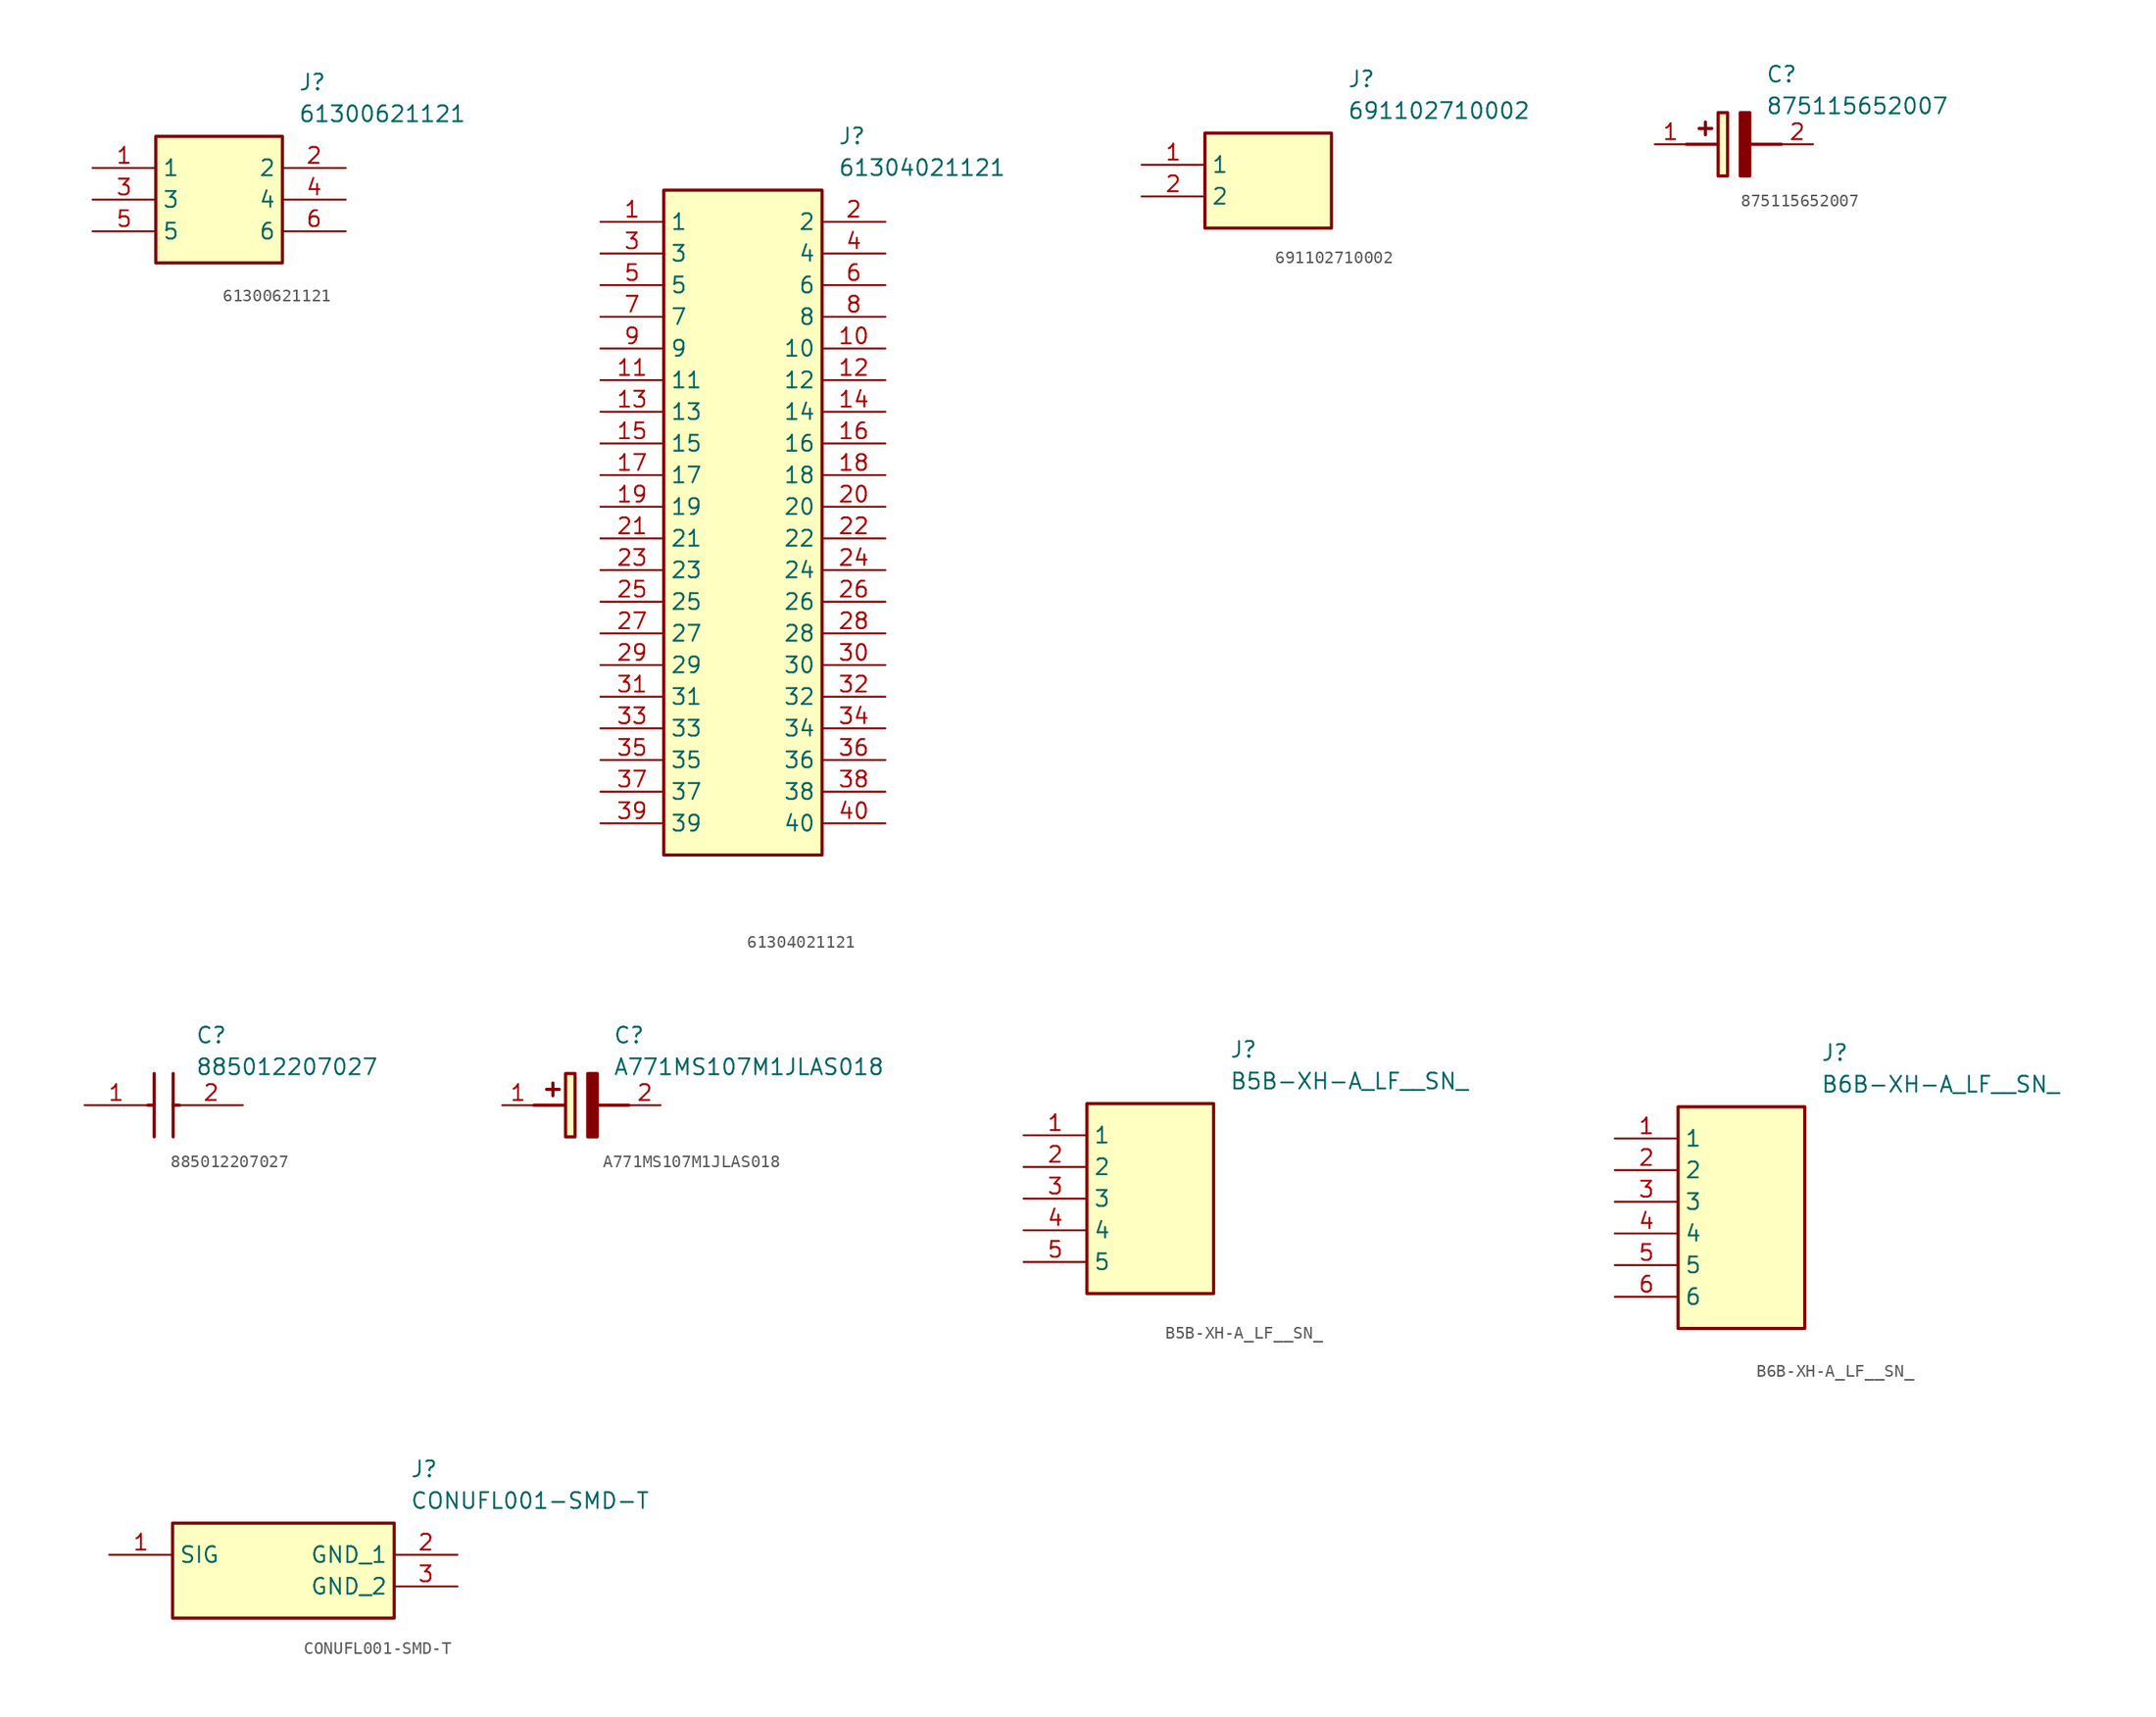
<source format=kicad_sym>
(kicad_symbol_lib
  (version 20220914)
  (generator SamacSys_ECAD_Model)
  (symbol "61300621121"
    (property "Reference" "J"
      (at 16.51 7.62 0)
      (effects (font (size 1.27 1.27)) (justify left top)))
    (property "Value" "61300621121"
      (at 16.51 5.08 0)
      (effects (font (size 1.27 1.27)) (justify left top)))
    (rectangle
      (start 5.08 2.54)
      (end 15.24 -7.62)
      (stroke (width 0.254) (type default))
      (fill (type background)))
    (pin passive line
      (at 0 0 0)
      (length 5.08)
      (name "1" (effects (font (size 1.27 1.27))))
      (number "1" (effects (font (size 1.27 1.27)))))
    (pin passive line
      (at 0 -2.54 0)
      (length 5.08)
      (name "3" (effects (font (size 1.27 1.27))))
      (number "3" (effects (font (size 1.27 1.27)))))
    (pin passive line
      (at 0 -5.08 0)
      (length 5.08)
      (name "5" (effects (font (size 1.27 1.27))))
      (number "5" (effects (font (size 1.27 1.27)))))
    (pin passive line
      (at 20.32 0 180)
      (length 5.08)
      (name "2" (effects (font (size 1.27 1.27))))
      (number "2" (effects (font (size 1.27 1.27)))))
    (pin passive line
      (at 20.32 -2.54 180)
      (length 5.08)
      (name "4" (effects (font (size 1.27 1.27))))
      (number "4" (effects (font (size 1.27 1.27)))))
    (pin passive line
      (at 20.32 -5.08 180)
      (length 5.08)
      (name "6" (effects (font (size 1.27 1.27))))
      (number "6" (effects (font (size 1.27 1.27))))))
  (symbol "61304021121"
    (property "Reference" "J"
      (at 19.05 7.62 0)
      (effects (font (size 1.27 1.27)) (justify left top)))
    (property "Value" "61304021121"
      (at 19.05 5.08 0)
      (effects (font (size 1.27 1.27)) (justify left top)))
    (rectangle
      (start 5.08 2.54)
      (end 17.78 -50.8)
      (stroke (width 0.254) (type default))
      (fill (type background)))
    (pin passive line
      (at 0 0 0)
      (length 5.08)
      (name "1" (effects (font (size 1.27 1.27))))
      (number "1" (effects (font (size 1.27 1.27)))))
    (pin passive line
      (at 0 -2.54 0)
      (length 5.08)
      (name "3" (effects (font (size 1.27 1.27))))
      (number "3" (effects (font (size 1.27 1.27)))))
    (pin passive line
      (at 0 -5.08 0)
      (length 5.08)
      (name "5" (effects (font (size 1.27 1.27))))
      (number "5" (effects (font (size 1.27 1.27)))))
    (pin passive line
      (at 0 -7.62 0)
      (length 5.08)
      (name "7" (effects (font (size 1.27 1.27))))
      (number "7" (effects (font (size 1.27 1.27)))))
    (pin passive line
      (at 0 -10.16 0)
      (length 5.08)
      (name "9" (effects (font (size 1.27 1.27))))
      (number "9" (effects (font (size 1.27 1.27)))))
    (pin passive line
      (at 0 -12.7 0)
      (length 5.08)
      (name "11" (effects (font (size 1.27 1.27))))
      (number "11" (effects (font (size 1.27 1.27)))))
    (pin passive line
      (at 0 -15.24 0)
      (length 5.08)
      (name "13" (effects (font (size 1.27 1.27))))
      (number "13" (effects (font (size 1.27 1.27)))))
    (pin passive line
      (at 0 -17.78 0)
      (length 5.08)
      (name "15" (effects (font (size 1.27 1.27))))
      (number "15" (effects (font (size 1.27 1.27)))))
    (pin passive line
      (at 0 -20.32 0)
      (length 5.08)
      (name "17" (effects (font (size 1.27 1.27))))
      (number "17" (effects (font (size 1.27 1.27)))))
    (pin passive line
      (at 0 -22.86 0)
      (length 5.08)
      (name "19" (effects (font (size 1.27 1.27))))
      (number "19" (effects (font (size 1.27 1.27)))))
    (pin passive line
      (at 0 -25.4 0)
      (length 5.08)
      (name "21" (effects (font (size 1.27 1.27))))
      (number "21" (effects (font (size 1.27 1.27)))))
    (pin passive line
      (at 0 -27.94 0)
      (length 5.08)
      (name "23" (effects (font (size 1.27 1.27))))
      (number "23" (effects (font (size 1.27 1.27)))))
    (pin passive line
      (at 0 -30.48 0)
      (length 5.08)
      (name "25" (effects (font (size 1.27 1.27))))
      (number "25" (effects (font (size 1.27 1.27)))))
    (pin passive line
      (at 0 -33.02 0)
      (length 5.08)
      (name "27" (effects (font (size 1.27 1.27))))
      (number "27" (effects (font (size 1.27 1.27)))))
    (pin passive line
      (at 0 -35.56 0)
      (length 5.08)
      (name "29" (effects (font (size 1.27 1.27))))
      (number "29" (effects (font (size 1.27 1.27)))))
    (pin passive line
      (at 0 -38.1 0)
      (length 5.08)
      (name "31" (effects (font (size 1.27 1.27))))
      (number "31" (effects (font (size 1.27 1.27)))))
    (pin passive line
      (at 0 -40.64 0)
      (length 5.08)
      (name "33" (effects (font (size 1.27 1.27))))
      (number "33" (effects (font (size 1.27 1.27)))))
    (pin passive line
      (at 0 -43.18 0)
      (length 5.08)
      (name "35" (effects (font (size 1.27 1.27))))
      (number "35" (effects (font (size 1.27 1.27)))))
    (pin passive line
      (at 0 -45.72 0)
      (length 5.08)
      (name "37" (effects (font (size 1.27 1.27))))
      (number "37" (effects (font (size 1.27 1.27)))))
    (pin passive line
      (at 0 -48.26 0)
      (length 5.08)
      (name "39" (effects (font (size 1.27 1.27))))
      (number "39" (effects (font (size 1.27 1.27)))))
    (pin passive line
      (at 22.86 0 180)
      (length 5.08)
      (name "2" (effects (font (size 1.27 1.27))))
      (number "2" (effects (font (size 1.27 1.27)))))
    (pin passive line
      (at 22.86 -2.54 180)
      (length 5.08)
      (name "4" (effects (font (size 1.27 1.27))))
      (number "4" (effects (font (size 1.27 1.27)))))
    (pin passive line
      (at 22.86 -5.08 180)
      (length 5.08)
      (name "6" (effects (font (size 1.27 1.27))))
      (number "6" (effects (font (size 1.27 1.27)))))
    (pin passive line
      (at 22.86 -7.62 180)
      (length 5.08)
      (name "8" (effects (font (size 1.27 1.27))))
      (number "8" (effects (font (size 1.27 1.27)))))
    (pin passive line
      (at 22.86 -10.16 180)
      (length 5.08)
      (name "10" (effects (font (size 1.27 1.27))))
      (number "10" (effects (font (size 1.27 1.27)))))
    (pin passive line
      (at 22.86 -12.7 180)
      (length 5.08)
      (name "12" (effects (font (size 1.27 1.27))))
      (number "12" (effects (font (size 1.27 1.27)))))
    (pin passive line
      (at 22.86 -15.24 180)
      (length 5.08)
      (name "14" (effects (font (size 1.27 1.27))))
      (number "14" (effects (font (size 1.27 1.27)))))
    (pin passive line
      (at 22.86 -17.78 180)
      (length 5.08)
      (name "16" (effects (font (size 1.27 1.27))))
      (number "16" (effects (font (size 1.27 1.27)))))
    (pin passive line
      (at 22.86 -20.32 180)
      (length 5.08)
      (name "18" (effects (font (size 1.27 1.27))))
      (number "18" (effects (font (size 1.27 1.27)))))
    (pin passive line
      (at 22.86 -22.86 180)
      (length 5.08)
      (name "20" (effects (font (size 1.27 1.27))))
      (number "20" (effects (font (size 1.27 1.27)))))
    (pin passive line
      (at 22.86 -25.4 180)
      (length 5.08)
      (name "22" (effects (font (size 1.27 1.27))))
      (number "22" (effects (font (size 1.27 1.27)))))
    (pin passive line
      (at 22.86 -27.94 180)
      (length 5.08)
      (name "24" (effects (font (size 1.27 1.27))))
      (number "24" (effects (font (size 1.27 1.27)))))
    (pin passive line
      (at 22.86 -30.48 180)
      (length 5.08)
      (name "26" (effects (font (size 1.27 1.27))))
      (number "26" (effects (font (size 1.27 1.27)))))
    (pin passive line
      (at 22.86 -33.02 180)
      (length 5.08)
      (name "28" (effects (font (size 1.27 1.27))))
      (number "28" (effects (font (size 1.27 1.27)))))
    (pin passive line
      (at 22.86 -35.56 180)
      (length 5.08)
      (name "30" (effects (font (size 1.27 1.27))))
      (number "30" (effects (font (size 1.27 1.27)))))
    (pin passive line
      (at 22.86 -38.1 180)
      (length 5.08)
      (name "32" (effects (font (size 1.27 1.27))))
      (number "32" (effects (font (size 1.27 1.27)))))
    (pin passive line
      (at 22.86 -40.64 180)
      (length 5.08)
      (name "34" (effects (font (size 1.27 1.27))))
      (number "34" (effects (font (size 1.27 1.27)))))
    (pin passive line
      (at 22.86 -43.18 180)
      (length 5.08)
      (name "36" (effects (font (size 1.27 1.27))))
      (number "36" (effects (font (size 1.27 1.27)))))
    (pin passive line
      (at 22.86 -45.72 180)
      (length 5.08)
      (name "38" (effects (font (size 1.27 1.27))))
      (number "38" (effects (font (size 1.27 1.27)))))
    (pin passive line
      (at 22.86 -48.26 180)
      (length 5.08)
      (name "40" (effects (font (size 1.27 1.27))))
      (number "40" (effects (font (size 1.27 1.27))))))
  (symbol "691102710002"
    (property "Reference" "J"
      (at 16.51 7.62 0)
      (effects (font (size 1.27 1.27)) (justify left top)))
    (property "Value" "691102710002"
      (at 16.51 5.08 0)
      (effects (font (size 1.27 1.27)) (justify left top)))
    (rectangle
      (start 5.08 2.54)
      (end 15.24 -5.08)
      (stroke (width 0.254) (type default))
      (fill (type background)))
    (pin passive line
      (at 0 0 0)
      (length 5.08)
      (name "1" (effects (font (size 1.27 1.27))))
      (number "1" (effects (font (size 1.27 1.27)))))
    (pin passive line
      (at 0 -2.54 0)
      (length 5.08)
      (name "2" (effects (font (size 1.27 1.27))))
      (number "2" (effects (font (size 1.27 1.27))))))
  (symbol "875115652007"
    (pin_names hide)
    (property "Reference" "C"
      (at 8.89 6.35 0)
      (effects (font (size 1.27 1.27)) (justify left top)))
    (property "Value" "875115652007"
      (at 8.89 3.81 0)
      (effects (font (size 1.27 1.27)) (justify left top)))
    (rectangle
      (start 5.08 2.54)
      (end 5.842 -2.54)
      (stroke (width 0.254) (type default))
      (fill (type background)))
    (polyline
      (pts (xy 4.572 1.27) (xy 3.556 1.27))
      (stroke (width 0.254) (type default))
      (fill (type none)))
    (polyline
      (pts (xy 4.064 1.778) (xy 4.064 0.762))
      (stroke (width 0.254) (type default))
      (fill (type none)))
    (polyline
      (pts (xy 2.54 0) (xy 5.08 0))
      (stroke (width 0.254) (type default))
      (fill (type none)))
    (polyline
      (pts (xy 7.62 0) (xy 10.16 0))
      (stroke (width 0.254) (type default))
      (fill (type none)))
    (polyline
      (pts (xy 7.62 2.54) (xy 7.62 -2.54) (xy 6.858 -2.54) (xy 6.858 2.54) (xy 7.62 2.54))
      (stroke (width 0.254) (type default))
      (fill (type outline)))
    (pin passive line
      (at 0 0 0)
      (length 2.54)
      (name "+" (effects (font (size 1.27 1.27))))
      (number "1" (effects (font (size 1.27 1.27)))))
    (pin passive line
      (at 12.7 0 180)
      (length 2.54)
      (name "-" (effects (font (size 1.27 1.27))))
      (number "2" (effects (font (size 1.27 1.27))))))
  (symbol "885012207027"
    (pin_names hide)
    (property "Reference" "C"
      (at 8.89 6.35 0)
      (effects (font (size 1.27 1.27)) (justify left top)))
    (property "Value" "885012207027"
      (at 8.89 3.81 0)
      (effects (font (size 1.27 1.27)) (justify left top)))
    (polyline
      (pts (xy 5.588 2.54) (xy 5.588 -2.54))
      (stroke (width 0.254) (type default))
      (fill (type none)))
    (polyline
      (pts (xy 7.112 2.54) (xy 7.112 -2.54))
      (stroke (width 0.254) (type default))
      (fill (type none)))
    (polyline
      (pts (xy 5.08 0) (xy 5.588 0))
      (stroke (width 0.254) (type default))
      (fill (type none)))
    (polyline
      (pts (xy 7.112 0) (xy 7.62 0))
      (stroke (width 0.254) (type default))
      (fill (type none)))
    (pin passive line
      (at 0 0 0)
      (length 5.08)
      (name "1" (effects (font (size 1.27 1.27))))
      (number "1" (effects (font (size 1.27 1.27)))))
    (pin passive line
      (at 12.7 0 180)
      (length 5.08)
      (name "2" (effects (font (size 1.27 1.27))))
      (number "2" (effects (font (size 1.27 1.27))))))
  (symbol "A771MS107M1JLAS018"
    (pin_names hide)
    (property "Reference" "C"
      (at 8.89 6.35 0)
      (effects (font (size 1.27 1.27)) (justify left top)))
    (property "Value" "A771MS107M1JLAS018"
      (at 8.89 3.81 0)
      (effects (font (size 1.27 1.27)) (justify left top)))
    (rectangle
      (start 5.08 2.54)
      (end 5.842 -2.54)
      (stroke (width 0.254) (type default))
      (fill (type background)))
    (polyline
      (pts (xy 4.572 1.27) (xy 3.556 1.27))
      (stroke (width 0.254) (type default))
      (fill (type none)))
    (polyline
      (pts (xy 4.064 1.778) (xy 4.064 0.762))
      (stroke (width 0.254) (type default))
      (fill (type none)))
    (polyline
      (pts (xy 2.54 0) (xy 5.08 0))
      (stroke (width 0.254) (type default))
      (fill (type none)))
    (polyline
      (pts (xy 7.62 0) (xy 10.16 0))
      (stroke (width 0.254) (type default))
      (fill (type none)))
    (polyline
      (pts (xy 7.62 2.54) (xy 7.62 -2.54) (xy 6.858 -2.54) (xy 6.858 2.54) (xy 7.62 2.54))
      (stroke (width 0.254) (type default))
      (fill (type outline)))
    (pin passive line
      (at 0 0 0)
      (length 2.54)
      (name "+" (effects (font (size 1.27 1.27))))
      (number "1" (effects (font (size 1.27 1.27)))))
    (pin passive line
      (at 12.7 0 180)
      (length 2.54)
      (name "-" (effects (font (size 1.27 1.27))))
      (number "2" (effects (font (size 1.27 1.27))))))
  (symbol "B5B-XH-A_LF__SN_"
    (property "Reference" "J"
      (at 16.51 7.62 0)
      (effects (font (size 1.27 1.27)) (justify left top)))
    (property "Value" "B5B-XH-A_LF__SN_"
      (at 16.51 5.08 0)
      (effects (font (size 1.27 1.27)) (justify left top)))
    (rectangle
      (start 5.08 2.54)
      (end 15.24 -12.7)
      (stroke (width 0.254) (type default))
      (fill (type background)))
    (pin passive line
      (at 0 0 0)
      (length 5.08)
      (name "1" (effects (font (size 1.27 1.27))))
      (number "1" (effects (font (size 1.27 1.27)))))
    (pin passive line
      (at 0 -2.54 0)
      (length 5.08)
      (name "2" (effects (font (size 1.27 1.27))))
      (number "2" (effects (font (size 1.27 1.27)))))
    (pin passive line
      (at 0 -5.08 0)
      (length 5.08)
      (name "3" (effects (font (size 1.27 1.27))))
      (number "3" (effects (font (size 1.27 1.27)))))
    (pin passive line
      (at 0 -7.62 0)
      (length 5.08)
      (name "4" (effects (font (size 1.27 1.27))))
      (number "4" (effects (font (size 1.27 1.27)))))
    (pin passive line
      (at 0 -10.16 0)
      (length 5.08)
      (name "5" (effects (font (size 1.27 1.27))))
      (number "5" (effects (font (size 1.27 1.27))))))
  (symbol "B6B-XH-A_LF__SN_"
    (property "Reference" "J"
      (at 16.51 7.62 0)
      (effects (font (size 1.27 1.27)) (justify left top)))
    (property "Value" "B6B-XH-A_LF__SN_"
      (at 16.51 5.08 0)
      (effects (font (size 1.27 1.27)) (justify left top)))
    (rectangle
      (start 5.08 2.54)
      (end 15.24 -15.24)
      (stroke (width 0.254) (type default))
      (fill (type background)))
    (pin passive line
      (at 0 0 0)
      (length 5.08)
      (name "1" (effects (font (size 1.27 1.27))))
      (number "1" (effects (font (size 1.27 1.27)))))
    (pin passive line
      (at 0 -2.54 0)
      (length 5.08)
      (name "2" (effects (font (size 1.27 1.27))))
      (number "2" (effects (font (size 1.27 1.27)))))
    (pin passive line
      (at 0 -5.08 0)
      (length 5.08)
      (name "3" (effects (font (size 1.27 1.27))))
      (number "3" (effects (font (size 1.27 1.27)))))
    (pin passive line
      (at 0 -7.62 0)
      (length 5.08)
      (name "4" (effects (font (size 1.27 1.27))))
      (number "4" (effects (font (size 1.27 1.27)))))
    (pin passive line
      (at 0 -10.16 0)
      (length 5.08)
      (name "5" (effects (font (size 1.27 1.27))))
      (number "5" (effects (font (size 1.27 1.27)))))
    (pin passive line
      (at 0 -12.7 0)
      (length 5.08)
      (name "6" (effects (font (size 1.27 1.27))))
      (number "6" (effects (font (size 1.27 1.27))))))
  (symbol "CONUFL001-SMD-T"
    (property "Reference" "J"
      (at 24.13 7.62 0)
      (effects (font (size 1.27 1.27)) (justify left top)))
    (property "Value" "CONUFL001-SMD-T"
      (at 24.13 5.08 0)
      (effects (font (size 1.27 1.27)) (justify left top)))
    (rectangle
      (start 5.08 2.54)
      (end 22.86 -5.08)
      (stroke (width 0.254) (type default))
      (fill (type background)))
    (pin passive line
      (at 0 0 0)
      (length 5.08)
      (name "SIG" (effects (font (size 1.27 1.27))))
      (number "1" (effects (font (size 1.27 1.27)))))
    (pin passive line
      (at 27.94 0 180)
      (length 5.08)
      (name "GND_1" (effects (font (size 1.27 1.27))))
      (number "2" (effects (font (size 1.27 1.27)))))
    (pin passive line
      (at 27.94 -2.54 180)
      (length 5.08)
      (name "GND_2" (effects (font (size 1.27 1.27))))
      (number "3" (effects (font (size 1.27 1.27)))))))
</source>
